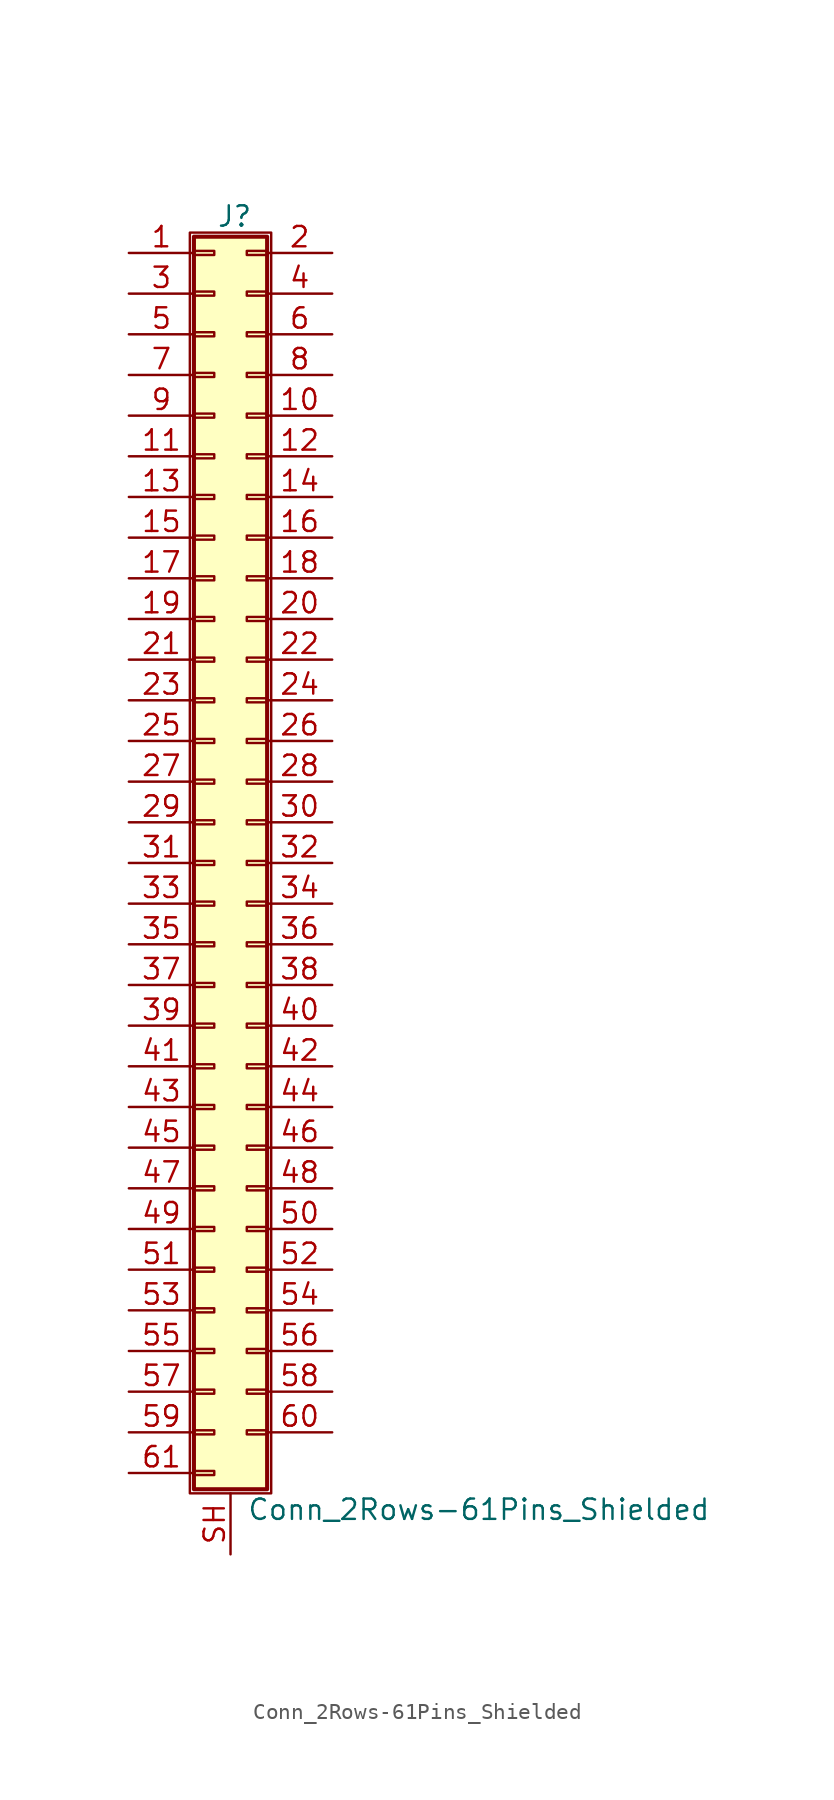
<source format=kicad_sym>
(kicad_symbol_lib
  (version 20220914)
  (generator kicad_symbol_editor)
  (symbol "Conn_2Rows-61Pins_Shielded"
    (pin_names
      (offset 1.016) hide)
    (property "Reference" "J"
      (at 1.524 40.386 0)
      (effects (font (size 1.27 1.27))))
    (property "Value" "Conn_2Rows-61Pins_Shielded"
      (at 2.286 -40.386 0)
      (effects (font (size 1.27 1.27)) (justify left)))
    (symbol "Conn_2Rows-61Pins_Shielded_1_1"
      (rectangle (start -1.27 39.37) (end 3.81 -39.37) (stroke (width 0.152) (type default)) (fill (type none)))
      (rectangle (start -1.016 -37.973) (end 0.254 -38.227) (stroke (width 0.152) (type default)) (fill (type none)))
      (rectangle (start -1.016 -35.433) (end 0.254 -35.687) (stroke (width 0.152) (type default)) (fill (type none)))
      (rectangle (start -1.016 -32.893) (end 0.254 -33.147) (stroke (width 0.152) (type default)) (fill (type none)))
      (rectangle (start -1.016 -30.353) (end 0.254 -30.607) (stroke (width 0.152) (type default)) (fill (type none)))
      (rectangle (start -1.016 -27.813) (end 0.254 -28.067) (stroke (width 0.152) (type default)) (fill (type none)))
      (rectangle (start -1.016 -25.273) (end 0.254 -25.527) (stroke (width 0.152) (type default)) (fill (type none)))
      (rectangle (start -1.016 -22.733) (end 0.254 -22.987) (stroke (width 0.152) (type default)) (fill (type none)))
      (rectangle (start -1.016 -20.193) (end 0.254 -20.447) (stroke (width 0.152) (type default)) (fill (type none)))
      (rectangle (start -1.016 -17.653) (end 0.254 -17.907) (stroke (width 0.152) (type default)) (fill (type none)))
      (rectangle (start -1.016 -15.113) (end 0.254 -15.367) (stroke (width 0.152) (type default)) (fill (type none)))
      (rectangle (start -1.016 -12.573) (end 0.254 -12.827) (stroke (width 0.152) (type default)) (fill (type none)))
      (rectangle (start -1.016 -10.033) (end 0.254 -10.287) (stroke (width 0.152) (type default)) (fill (type none)))
      (rectangle (start -1.016 -7.493) (end 0.254 -7.747) (stroke (width 0.152) (type default)) (fill (type none)))
      (rectangle (start -1.016 -4.953) (end 0.254 -5.207) (stroke (width 0.152) (type default)) (fill (type none)))
      (rectangle (start -1.016 -2.413) (end 0.254 -2.667) (stroke (width 0.152) (type default)) (fill (type none)))
      (rectangle (start -1.016 0.127) (end 0.254 -0.127) (stroke (width 0.152) (type default)) (fill (type none)))
      (rectangle (start -1.016 2.667) (end 0.254 2.413) (stroke (width 0.152) (type default)) (fill (type none)))
      (rectangle (start -1.016 5.207) (end 0.254 4.953) (stroke (width 0.152) (type default)) (fill (type none)))
      (rectangle (start -1.016 7.747) (end 0.254 7.493) (stroke (width 0.152) (type default)) (fill (type none)))
      (rectangle (start -1.016 10.287) (end 0.254 10.033) (stroke (width 0.152) (type default)) (fill (type none)))
      (rectangle (start -1.016 12.827) (end 0.254 12.573) (stroke (width 0.152) (type default)) (fill (type none)))
      (rectangle (start -1.016 15.367) (end 0.254 15.113) (stroke (width 0.152) (type default)) (fill (type none)))
      (rectangle (start -1.016 17.907) (end 0.254 17.653) (stroke (width 0.152) (type default)) (fill (type none)))
      (rectangle (start -1.016 20.447) (end 0.254 20.193) (stroke (width 0.152) (type default)) (fill (type none)))
      (rectangle (start -1.016 22.987) (end 0.254 22.733) (stroke (width 0.152) (type default)) (fill (type none)))
      (rectangle (start -1.016 25.527) (end 0.254 25.273) (stroke (width 0.152) (type default)) (fill (type none)))
      (rectangle (start -1.016 28.067) (end 0.254 27.813) (stroke (width 0.152) (type default)) (fill (type none)))
      (rectangle (start -1.016 30.607) (end 0.254 30.353) (stroke (width 0.152) (type default)) (fill (type none)))
      (rectangle (start -1.016 33.147) (end 0.254 32.893) (stroke (width 0.152) (type default)) (fill (type none)))
      (rectangle (start -1.016 35.687) (end 0.254 35.433) (stroke (width 0.152) (type default)) (fill (type none)))
      (rectangle (start -1.016 38.227) (end 0.254 37.973) (stroke (width 0.152) (type default)) (fill (type none)))
      (rectangle (start -1.016 39.116) (end 3.556 -39.116) (stroke (width 0.254) (type default)) (fill (type background)))
      (rectangle (start 3.556 -35.433) (end 2.286 -35.687) (stroke (width 0.152) (type default)) (fill (type none)))
      (rectangle (start 3.556 -32.893) (end 2.286 -33.147) (stroke (width 0.152) (type default)) (fill (type none)))
      (rectangle (start 3.556 -30.353) (end 2.286 -30.607) (stroke (width 0.152) (type default)) (fill (type none)))
      (rectangle (start 3.556 -27.813) (end 2.286 -28.067) (stroke (width 0.152) (type default)) (fill (type none)))
      (rectangle (start 3.556 -25.273) (end 2.286 -25.527) (stroke (width 0.152) (type default)) (fill (type none)))
      (rectangle (start 3.556 -22.733) (end 2.286 -22.987) (stroke (width 0.152) (type default)) (fill (type none)))
      (rectangle (start 3.556 -20.193) (end 2.286 -20.447) (stroke (width 0.152) (type default)) (fill (type none)))
      (rectangle (start 3.556 -17.653) (end 2.286 -17.907) (stroke (width 0.152) (type default)) (fill (type none)))
      (rectangle (start 3.556 -15.113) (end 2.286 -15.367) (stroke (width 0.152) (type default)) (fill (type none)))
      (rectangle (start 3.556 -12.573) (end 2.286 -12.827) (stroke (width 0.152) (type default)) (fill (type none)))
      (rectangle (start 3.556 -10.033) (end 2.286 -10.287) (stroke (width 0.152) (type default)) (fill (type none)))
      (rectangle (start 3.556 -7.493) (end 2.286 -7.747) (stroke (width 0.152) (type default)) (fill (type none)))
      (rectangle (start 3.556 -4.953) (end 2.286 -5.207) (stroke (width 0.152) (type default)) (fill (type none)))
      (rectangle (start 3.556 -2.413) (end 2.286 -2.667) (stroke (width 0.152) (type default)) (fill (type none)))
      (rectangle (start 3.556 0.127) (end 2.286 -0.127) (stroke (width 0.152) (type default)) (fill (type none)))
      (rectangle (start 3.556 2.667) (end 2.286 2.413) (stroke (width 0.152) (type default)) (fill (type none)))
      (rectangle (start 3.556 5.207) (end 2.286 4.953) (stroke (width 0.152) (type default)) (fill (type none)))
      (rectangle (start 3.556 7.747) (end 2.286 7.493) (stroke (width 0.152) (type default)) (fill (type none)))
      (rectangle (start 3.556 10.287) (end 2.286 10.033) (stroke (width 0.152) (type default)) (fill (type none)))
      (rectangle (start 3.556 12.827) (end 2.286 12.573) (stroke (width 0.152) (type default)) (fill (type none)))
      (rectangle (start 3.556 15.367) (end 2.286 15.113) (stroke (width 0.152) (type default)) (fill (type none)))
      (rectangle (start 3.556 17.907) (end 2.286 17.653) (stroke (width 0.152) (type default)) (fill (type none)))
      (rectangle (start 3.556 20.447) (end 2.286 20.193) (stroke (width 0.152) (type default)) (fill (type none)))
      (rectangle (start 3.556 22.987) (end 2.286 22.733) (stroke (width 0.152) (type default)) (fill (type none)))
      (rectangle (start 3.556 25.527) (end 2.286 25.273) (stroke (width 0.152) (type default)) (fill (type none)))
      (rectangle (start 3.556 28.067) (end 2.286 27.813) (stroke (width 0.152) (type default)) (fill (type none)))
      (rectangle (start 3.556 30.607) (end 2.286 30.353) (stroke (width 0.152) (type default)) (fill (type none)))
      (rectangle (start 3.556 33.147) (end 2.286 32.893) (stroke (width 0.152) (type default)) (fill (type none)))
      (rectangle (start 3.556 35.687) (end 2.286 35.433) (stroke (width 0.152) (type default)) (fill (type none)))
      (rectangle (start 3.556 38.227) (end 2.286 37.973) (stroke (width 0.152) (type default)) (fill (type none)))
      (pin passive line (at -5.08 38.1 0) (length 4.064) (name "Pin_1" (effects (font (size 1.27 1.27)))) (number "1" (effects (font (size 1.27 1.27)))))
      (pin passive line (at 7.62 27.94 180) (length 4.064) (name "Pin_10" (effects (font (size 1.27 1.27)))) (number "10" (effects (font (size 1.27 1.27)))))
      (pin passive line (at -5.08 25.4 0) (length 4.064) (name "Pin_11" (effects (font (size 1.27 1.27)))) (number "11" (effects (font (size 1.27 1.27)))))
      (pin passive line (at 7.62 25.4 180) (length 4.064) (name "Pin_12" (effects (font (size 1.27 1.27)))) (number "12" (effects (font (size 1.27 1.27)))))
      (pin passive line (at -5.08 22.86 0) (length 4.064) (name "Pin_13" (effects (font (size 1.27 1.27)))) (number "13" (effects (font (size 1.27 1.27)))))
      (pin passive line (at 7.62 22.86 180) (length 4.064) (name "Pin_14" (effects (font (size 1.27 1.27)))) (number "14" (effects (font (size 1.27 1.27)))))
      (pin passive line (at -5.08 20.32 0) (length 4.064) (name "Pin_15" (effects (font (size 1.27 1.27)))) (number "15" (effects (font (size 1.27 1.27)))))
      (pin passive line (at 7.62 20.32 180) (length 4.064) (name "Pin_16" (effects (font (size 1.27 1.27)))) (number "16" (effects (font (size 1.27 1.27)))))
      (pin passive line (at -5.08 17.78 0) (length 4.064) (name "Pin_17" (effects (font (size 1.27 1.27)))) (number "17" (effects (font (size 1.27 1.27)))))
      (pin passive line (at 7.62 17.78 180) (length 4.064) (name "Pin_18" (effects (font (size 1.27 1.27)))) (number "18" (effects (font (size 1.27 1.27)))))
      (pin passive line (at -5.08 15.24 0) (length 4.064) (name "Pin_19" (effects (font (size 1.27 1.27)))) (number "19" (effects (font (size 1.27 1.27)))))
      (pin passive line (at 7.62 38.1 180) (length 4.064) (name "Pin_2" (effects (font (size 1.27 1.27)))) (number "2" (effects (font (size 1.27 1.27)))))
      (pin passive line (at 7.62 15.24 180) (length 4.064) (name "Pin_20" (effects (font (size 1.27 1.27)))) (number "20" (effects (font (size 1.27 1.27)))))
      (pin passive line (at -5.08 12.7 0) (length 4.064) (name "Pin_21" (effects (font (size 1.27 1.27)))) (number "21" (effects (font (size 1.27 1.27)))))
      (pin passive line (at 7.62 12.7 180) (length 4.064) (name "Pin_22" (effects (font (size 1.27 1.27)))) (number "22" (effects (font (size 1.27 1.27)))))
      (pin passive line (at -5.08 10.16 0) (length 4.064) (name "Pin_23" (effects (font (size 1.27 1.27)))) (number "23" (effects (font (size 1.27 1.27)))))
      (pin passive line (at 7.62 10.16 180) (length 4.064) (name "Pin_24" (effects (font (size 1.27 1.27)))) (number "24" (effects (font (size 1.27 1.27)))))
      (pin passive line (at -5.08 7.62 0) (length 4.064) (name "Pin_25" (effects (font (size 1.27 1.27)))) (number "25" (effects (font (size 1.27 1.27)))))
      (pin passive line (at 7.62 7.62 180) (length 4.064) (name "Pin_26" (effects (font (size 1.27 1.27)))) (number "26" (effects (font (size 1.27 1.27)))))
      (pin passive line (at -5.08 5.08 0) (length 4.064) (name "Pin_27" (effects (font (size 1.27 1.27)))) (number "27" (effects (font (size 1.27 1.27)))))
      (pin passive line (at 7.62 5.08 180) (length 4.064) (name "Pin_28" (effects (font (size 1.27 1.27)))) (number "28" (effects (font (size 1.27 1.27)))))
      (pin passive line (at -5.08 2.54 0) (length 4.064) (name "Pin_29" (effects (font (size 1.27 1.27)))) (number "29" (effects (font (size 1.27 1.27)))))
      (pin passive line (at -5.08 35.56 0) (length 4.064) (name "Pin_3" (effects (font (size 1.27 1.27)))) (number "3" (effects (font (size 1.27 1.27)))))
      (pin passive line (at 7.62 2.54 180) (length 4.064) (name "Pin_30" (effects (font (size 1.27 1.27)))) (number "30" (effects (font (size 1.27 1.27)))))
      (pin passive line (at -5.08 0 0) (length 4.064) (name "Pin_31" (effects (font (size 1.27 1.27)))) (number "31" (effects (font (size 1.27 1.27)))))
      (pin passive line (at 7.62 0 180) (length 4.064) (name "Pin_32" (effects (font (size 1.27 1.27)))) (number "32" (effects (font (size 1.27 1.27)))))
      (pin passive line (at -5.08 -2.54 0) (length 4.064) (name "Pin_33" (effects (font (size 1.27 1.27)))) (number "33" (effects (font (size 1.27 1.27)))))
      (pin passive line (at 7.62 -2.54 180) (length 4.064) (name "Pin_34" (effects (font (size 1.27 1.27)))) (number "34" (effects (font (size 1.27 1.27)))))
      (pin passive line (at -5.08 -5.08 0) (length 4.064) (name "Pin_35" (effects (font (size 1.27 1.27)))) (number "35" (effects (font (size 1.27 1.27)))))
      (pin passive line (at 7.62 -5.08 180) (length 4.064) (name "Pin_36" (effects (font (size 1.27 1.27)))) (number "36" (effects (font (size 1.27 1.27)))))
      (pin passive line (at -5.08 -7.62 0) (length 4.064) (name "Pin_37" (effects (font (size 1.27 1.27)))) (number "37" (effects (font (size 1.27 1.27)))))
      (pin passive line (at 7.62 -7.62 180) (length 4.064) (name "Pin_38" (effects (font (size 1.27 1.27)))) (number "38" (effects (font (size 1.27 1.27)))))
      (pin passive line (at -5.08 -10.16 0) (length 4.064) (name "Pin_39" (effects (font (size 1.27 1.27)))) (number "39" (effects (font (size 1.27 1.27)))))
      (pin passive line (at 7.62 35.56 180) (length 4.064) (name "Pin_4" (effects (font (size 1.27 1.27)))) (number "4" (effects (font (size 1.27 1.27)))))
      (pin passive line (at 7.62 -10.16 180) (length 4.064) (name "Pin_40" (effects (font (size 1.27 1.27)))) (number "40" (effects (font (size 1.27 1.27)))))
      (pin passive line (at -5.08 -12.7 0) (length 4.064) (name "Pin_41" (effects (font (size 1.27 1.27)))) (number "41" (effects (font (size 1.27 1.27)))))
      (pin passive line (at 7.62 -12.7 180) (length 4.064) (name "Pin_42" (effects (font (size 1.27 1.27)))) (number "42" (effects (font (size 1.27 1.27)))))
      (pin passive line (at -5.08 -15.24 0) (length 4.064) (name "Pin_43" (effects (font (size 1.27 1.27)))) (number "43" (effects (font (size 1.27 1.27)))))
      (pin passive line (at 7.62 -15.24 180) (length 4.064) (name "Pin_44" (effects (font (size 1.27 1.27)))) (number "44" (effects (font (size 1.27 1.27)))))
      (pin passive line (at -5.08 -17.78 0) (length 4.064) (name "Pin_45" (effects (font (size 1.27 1.27)))) (number "45" (effects (font (size 1.27 1.27)))))
      (pin passive line (at 7.62 -17.78 180) (length 4.064) (name "Pin_46" (effects (font (size 1.27 1.27)))) (number "46" (effects (font (size 1.27 1.27)))))
      (pin passive line (at -5.08 -20.32 0) (length 4.064) (name "Pin_47" (effects (font (size 1.27 1.27)))) (number "47" (effects (font (size 1.27 1.27)))))
      (pin passive line (at 7.62 -20.32 180) (length 4.064) (name "Pin_48" (effects (font (size 1.27 1.27)))) (number "48" (effects (font (size 1.27 1.27)))))
      (pin passive line (at -5.08 -22.86 0) (length 4.064) (name "Pin_49" (effects (font (size 1.27 1.27)))) (number "49" (effects (font (size 1.27 1.27)))))
      (pin passive line (at -5.08 33.02 0) (length 4.064) (name "Pin_5" (effects (font (size 1.27 1.27)))) (number "5" (effects (font (size 1.27 1.27)))))
      (pin passive line (at 7.62 -22.86 180) (length 4.064) (name "Pin_50" (effects (font (size 1.27 1.27)))) (number "50" (effects (font (size 1.27 1.27)))))
      (pin passive line (at -5.08 -25.4 0) (length 4.064) (name "Pin_51" (effects (font (size 1.27 1.27)))) (number "51" (effects (font (size 1.27 1.27)))))
      (pin passive line (at 7.62 -25.4 180) (length 4.064) (name "Pin_52" (effects (font (size 1.27 1.27)))) (number "52" (effects (font (size 1.27 1.27)))))
      (pin passive line (at -5.08 -27.94 0) (length 4.064) (name "Pin_53" (effects (font (size 1.27 1.27)))) (number "53" (effects (font (size 1.27 1.27)))))
      (pin passive line (at 7.62 -27.94 180) (length 4.064) (name "Pin_54" (effects (font (size 1.27 1.27)))) (number "54" (effects (font (size 1.27 1.27)))))
      (pin passive line (at -5.08 -30.48 0) (length 4.064) (name "Pin_55" (effects (font (size 1.27 1.27)))) (number "55" (effects (font (size 1.27 1.27)))))
      (pin passive line (at 7.62 -30.48 180) (length 4.064) (name "Pin_56" (effects (font (size 1.27 1.27)))) (number "56" (effects (font (size 1.27 1.27)))))
      (pin passive line (at -5.08 -33.02 0) (length 4.064) (name "Pin_57" (effects (font (size 1.27 1.27)))) (number "57" (effects (font (size 1.27 1.27)))))
      (pin passive line (at 7.62 -33.02 180) (length 4.064) (name "Pin_58" (effects (font (size 1.27 1.27)))) (number "58" (effects (font (size 1.27 1.27)))))
      (pin passive line (at -5.08 -35.56 0) (length 4.064) (name "Pin_59" (effects (font (size 1.27 1.27)))) (number "59" (effects (font (size 1.27 1.27)))))
      (pin passive line (at 7.62 33.02 180) (length 4.064) (name "Pin_6" (effects (font (size 1.27 1.27)))) (number "6" (effects (font (size 1.27 1.27)))))
      (pin passive line (at 7.62 -35.56 180) (length 4.064) (name "Pin_60" (effects (font (size 1.27 1.27)))) (number "60" (effects (font (size 1.27 1.27)))))
      (pin passive line (at -5.08 -38.1 0) (length 4.064) (name "Pin_61" (effects (font (size 1.27 1.27)))) (number "61" (effects (font (size 1.27 1.27)))))
      (pin passive line (at -5.08 30.48 0) (length 4.064) (name "Pin_7" (effects (font (size 1.27 1.27)))) (number "7" (effects (font (size 1.27 1.27)))))
      (pin passive line (at 7.62 30.48 180) (length 4.064) (name "Pin_8" (effects (font (size 1.27 1.27)))) (number "8" (effects (font (size 1.27 1.27)))))
      (pin passive line (at -5.08 27.94 0) (length 4.064) (name "Pin_9" (effects (font (size 1.27 1.27)))) (number "9" (effects (font (size 1.27 1.27)))))
      (pin passive line (at 1.27 -43.18 90) (length 3.81) (name "Shield" (effects (font (size 1.27 1.27)))) (number "SH" (effects (font (size 1.27 1.27))))))))
</source>
